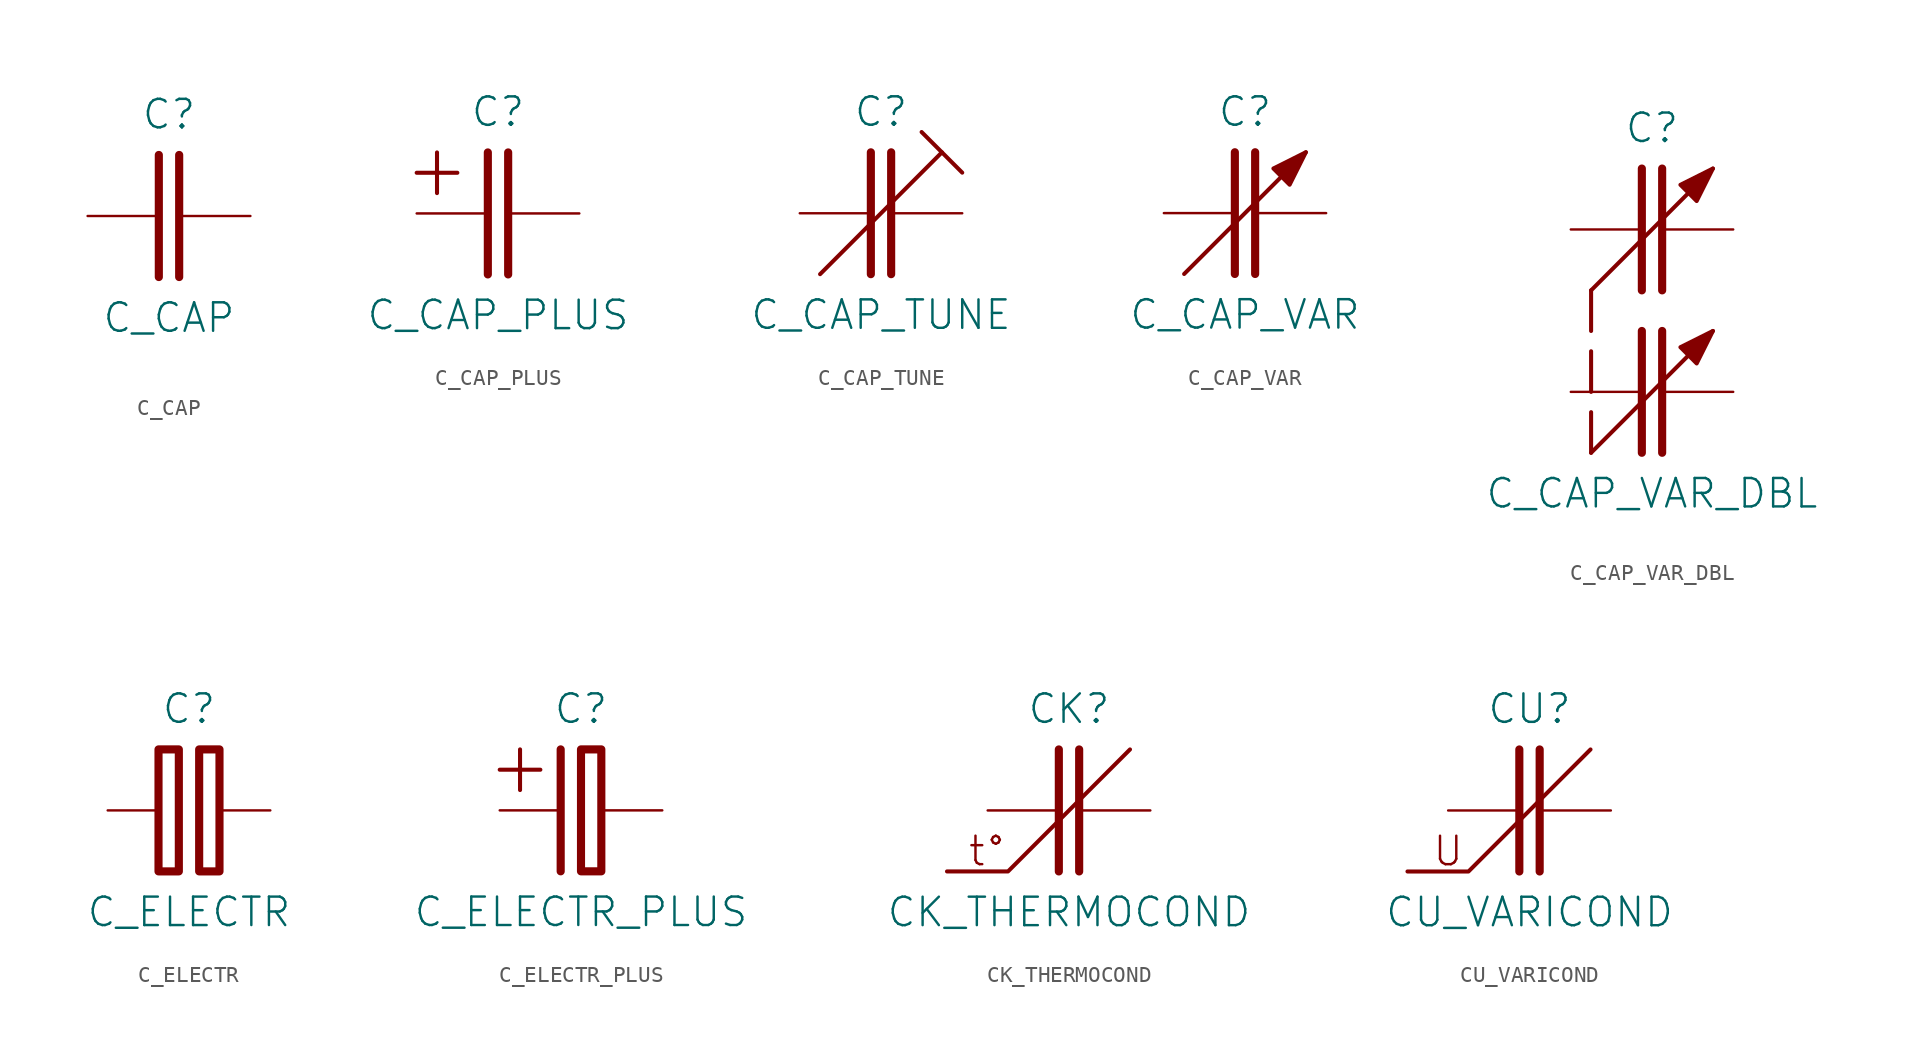
<source format=kicad_sym>
(kicad_symbol_lib
  (version 20211014)
  (generator kicad_symbol_editor)
  (symbol "C_CAP"
    (pin_names
      (offset 0))
    (property "Reference" "C"
      (at 0 6.35 0)
      (effects (font (size 1.778 1.778))))
    (property "Value" "C_CAP"
      (at 0 -6.35 0)
      (effects (font (size 1.778 1.778))))
    (property "Assembly" ""
      (at 0 -8.89 0)
      (effects (font (size 1.778 1.778))))
    (symbol "C_CAP_0_1"
      (polyline (pts (xy -5.08 0) (xy -0.635 0)) (stroke (width 0) (type default) (color 0 0 0 0)) (fill (type none)))
      (polyline (pts (xy -0.635 3.81) (xy -0.635 -3.81)) (stroke (width 0.508) (type default) (color 0 0 0 0)) (fill (type none)))
      (polyline (pts (xy 0.635 0) (xy 5.08 0)) (stroke (width 0) (type default) (color 0 0 0 0)) (fill (type none)))
      (polyline (pts (xy 0.635 3.81) (xy 0.635 -3.81)) (stroke (width 0.508) (type default) (color 0 0 0 0)) (fill (type none))))
    (symbol "C_CAP_1_1"
      (pin passive line (at -5.08 0 0) (length 2.54) hide (name "~" (effects (font (size 1.27 1.27)))) (number "1" (effects (font (size 1.27 1.27)))))
      (pin passive line (at 5.08 0 180) (length 2.54) hide (name "~" (effects (font (size 1.27 1.27)))) (number "2" (effects (font (size 1.27 1.27)))))))
  (symbol "C_CAP_PLUS"
    (pin_names
      (offset 0))
    (property "Reference" "C"
      (at 0 6.35 0)
      (effects (font (size 1.778 1.778))))
    (property "Value" "C_CAP_PLUS"
      (at 0 -6.35 0)
      (effects (font (size 1.778 1.778))))
    (symbol "C_CAP_PLUS_0_1"
      (polyline (pts (xy -5.08 0) (xy -0.635 0)) (stroke (width 0) (type default) (color 0 0 0 0)) (fill (type none)))
      (polyline (pts (xy -5.08 2.54) (xy -2.54 2.54)) (stroke (width 0.254) (type default) (color 0 0 0 0)) (fill (type none)))
      (polyline (pts (xy -3.81 3.81) (xy -3.81 1.27)) (stroke (width 0.254) (type default) (color 0 0 0 0)) (fill (type none)))
      (polyline (pts (xy -0.635 3.81) (xy -0.635 -3.81)) (stroke (width 0.508) (type default) (color 0 0 0 0)) (fill (type none)))
      (polyline (pts (xy 0.635 0) (xy 5.08 0)) (stroke (width 0) (type default) (color 0 0 0 0)) (fill (type none)))
      (polyline (pts (xy 0.635 3.81) (xy 0.635 -3.81)) (stroke (width 0.508) (type default) (color 0 0 0 0)) (fill (type none))))
    (symbol "C_CAP_PLUS_1_1"
      (pin passive line (at -5.08 0 0) (length 2.54) hide (name "+" (effects (font (size 1.27 1.27)))) (number "1" (effects (font (size 1.27 1.27)))))
      (pin passive line (at 5.08 0 180) (length 2.54) hide (name "-" (effects (font (size 1.27 1.27)))) (number "2" (effects (font (size 1.27 1.27)))))))
  (symbol "C_CAP_TUNE"
    (pin_names
      (offset 0))
    (property "Reference" "C"
      (at 0 6.35 0)
      (effects (font (size 1.778 1.778))))
    (property "Value" "C_CAP_TUNE"
      (at 0 -6.35 0)
      (effects (font (size 1.778 1.778))))
    (symbol "C_CAP_TUNE_0_1"
      (polyline (pts (xy -5.08 0) (xy -0.635 0)) (stroke (width 0) (type default) (color 0 0 0 0)) (fill (type none)))
      (polyline (pts (xy -3.81 -3.81) (xy 3.81 3.81)) (stroke (width 0.254) (type default) (color 0 0 0 0)) (fill (type none)))
      (polyline (pts (xy -0.635 3.81) (xy -0.635 -3.81)) (stroke (width 0.508) (type default) (color 0 0 0 0)) (fill (type none)))
      (polyline (pts (xy 0.635 0) (xy 5.08 0)) (stroke (width 0) (type default) (color 0 0 0 0)) (fill (type none)))
      (polyline (pts (xy 0.635 3.81) (xy 0.635 -3.81)) (stroke (width 0.508) (type default) (color 0 0 0 0)) (fill (type none)))
      (polyline (pts (xy 2.54 5.08) (xy 5.08 2.54)) (stroke (width 0.254) (type default) (color 0 0 0 0)) (fill (type none))))
    (symbol "C_CAP_TUNE_1_1"
      (pin passive line (at -5.08 0 0) (length 2.54) hide (name "~" (effects (font (size 1.27 1.27)))) (number "1" (effects (font (size 1.27 1.27)))))
      (pin passive line (at 5.08 0 180) (length 2.54) hide (name "~" (effects (font (size 1.27 1.27)))) (number "2" (effects (font (size 1.27 1.27)))))))
  (symbol "C_CAP_VAR"
    (pin_names
      (offset 0))
    (property "Reference" "C"
      (at 0 6.35 0)
      (effects (font (size 1.778 1.778))))
    (property "Value" "C_CAP_VAR"
      (at 0 -6.35 0)
      (effects (font (size 1.778 1.778))))
    (symbol "C_CAP_VAR_0_1"
      (polyline (pts (xy -5.08 0) (xy -0.635 0)) (stroke (width 0) (type default) (color 0 0 0 0)) (fill (type none)))
      (polyline (pts (xy -3.81 -3.81) (xy 3.81 3.81)) (stroke (width 0.254) (type default) (color 0 0 0 0)) (fill (type none)))
      (polyline (pts (xy -0.635 3.81) (xy -0.635 -3.81)) (stroke (width 0.508) (type default) (color 0 0 0 0)) (fill (type none)))
      (polyline (pts (xy 0.635 0) (xy 5.08 0)) (stroke (width 0) (type default) (color 0 0 0 0)) (fill (type none)))
      (polyline (pts (xy 0.635 3.81) (xy 0.635 -3.81)) (stroke (width 0.508) (type default) (color 0 0 0 0)) (fill (type none)))
      (polyline (pts (xy 3.81 3.81) (xy 2.794 1.778) (xy 1.778 2.794) (xy 3.81 3.81)) (stroke (width 0.254) (type default) (color 0 0 0 0)) (fill (type outline))))
    (symbol "C_CAP_VAR_1_1"
      (pin passive line (at -5.08 0 0) (length 2.54) hide (name "~" (effects (font (size 1.27 1.27)))) (number "1" (effects (font (size 1.27 1.27)))))
      (pin passive line (at 5.08 0 180) (length 2.54) hide (name "~" (effects (font (size 1.27 1.27)))) (number "2" (effects (font (size 1.27 1.27)))))))
  (symbol "C_CAP_VAR_DBL"
    (pin_names
      (offset 0))
    (property "Reference" "C"
      (at 0 11.43 0)
      (effects (font (size 1.778 1.778))))
    (property "Value" "C_CAP_VAR_DBL"
      (at 0 -11.43 0)
      (effects (font (size 1.778 1.778))))
    (symbol "C_CAP_VAR_DBL_0_1"
      (polyline (pts (xy -5.08 -5.08) (xy -0.635 -5.08)) (stroke (width 0) (type default) (color 0 0 0 0)) (fill (type none)))
      (polyline (pts (xy -5.08 5.08) (xy -0.635 5.08)) (stroke (width 0) (type default) (color 0 0 0 0)) (fill (type none)))
      (polyline (pts (xy -3.81 -8.89) (xy 3.81 -1.27)) (stroke (width 0.254) (type default) (color 0 0 0 0)) (fill (type none)))
      (polyline (pts (xy -3.81 -6.35) (xy -3.81 -8.89)) (stroke (width 0.254) (type default) (color 0 0 0 0)) (fill (type none)))
      (polyline (pts (xy -3.81 -2.54) (xy -3.81 -5.08)) (stroke (width 0.254) (type default) (color 0 0 0 0)) (fill (type none)))
      (polyline (pts (xy -3.81 1.27) (xy -3.81 -1.27)) (stroke (width 0.254) (type default) (color 0 0 0 0)) (fill (type none)))
      (polyline (pts (xy -3.81 1.27) (xy 3.81 8.89)) (stroke (width 0.254) (type default) (color 0 0 0 0)) (fill (type none)))
      (polyline (pts (xy -0.635 -1.27) (xy -0.635 -8.89)) (stroke (width 0.508) (type default) (color 0 0 0 0)) (fill (type none)))
      (polyline (pts (xy -0.635 8.89) (xy -0.635 1.27)) (stroke (width 0.508) (type default) (color 0 0 0 0)) (fill (type none)))
      (polyline (pts (xy 0.635 -5.08) (xy 5.08 -5.08)) (stroke (width 0) (type default) (color 0 0 0 0)) (fill (type none)))
      (polyline (pts (xy 0.635 -1.27) (xy 0.635 -8.89)) (stroke (width 0.508) (type default) (color 0 0 0 0)) (fill (type none)))
      (polyline (pts (xy 0.635 5.08) (xy 5.08 5.08)) (stroke (width 0) (type default) (color 0 0 0 0)) (fill (type none)))
      (polyline (pts (xy 0.635 8.89) (xy 0.635 1.27)) (stroke (width 0.508) (type default) (color 0 0 0 0)) (fill (type none)))
      (polyline (pts (xy 3.81 -1.27) (xy 2.794 -3.302) (xy 1.778 -2.286) (xy 3.81 -1.27)) (stroke (width 0.254) (type default) (color 0 0 0 0)) (fill (type outline)))
      (polyline (pts (xy 3.81 8.89) (xy 2.794 6.858) (xy 1.778 7.874) (xy 3.81 8.89)) (stroke (width 0.254) (type default) (color 0 0 0 0)) (fill (type outline))))
    (symbol "C_CAP_VAR_DBL_1_1"
      (pin passive line (at -5.08 5.08 0) (length 2.54) hide (name "~" (effects (font (size 1.27 1.27)))) (number "1" (effects (font (size 1.27 1.27)))))
      (pin passive line (at 5.08 5.08 180) (length 2.54) hide (name "~" (effects (font (size 1.27 1.27)))) (number "2" (effects (font (size 1.27 1.27)))))
      (pin passive line (at -5.08 -5.08 0) (length 2.54) hide (name "~" (effects (font (size 1.27 1.27)))) (number "3" (effects (font (size 1.27 1.27)))))
      (pin passive line (at 5.08 -5.08 180) (length 2.54) hide (name "~" (effects (font (size 1.27 1.27)))) (number "4" (effects (font (size 1.27 1.27)))))))
  (symbol "C_ELECTR"
    (pin_names
      (offset 0))
    (property "Reference" "C"
      (at 0 6.35 0)
      (effects (font (size 1.778 1.778))))
    (property "Value" "C_ELECTR"
      (at 0 -6.35 0)
      (effects (font (size 1.778 1.778))))
    (symbol "C_ELECTR_0_1"
      (rectangle (start -1.905 3.81) (end -0.635 -3.81) (stroke (width 0.508) (type default) (color 0 0 0 0)) (fill (type none)))
      (polyline (pts (xy -5.08 0) (xy -1.905 0)) (stroke (width 0) (type default) (color 0 0 0 0)) (fill (type none)))
      (polyline (pts (xy 1.905 0) (xy 5.08 0)) (stroke (width 0) (type default) (color 0 0 0 0)) (fill (type none)))
      (rectangle (start 0.635 3.81) (end 1.905 -3.81) (stroke (width 0.508) (type default) (color 0 0 0 0)) (fill (type none))))
    (symbol "C_ELECTR_1_1"
      (pin passive line (at -5.08 0 0) (length 2.54) hide (name "~" (effects (font (size 1.27 1.27)))) (number "1" (effects (font (size 1.27 1.27)))))
      (pin passive line (at 5.08 0 180) (length 2.54) hide (name "~" (effects (font (size 1.27 1.27)))) (number "2" (effects (font (size 1.27 1.27)))))))
  (symbol "C_ELECTR_PLUS"
    (pin_names
      (offset 0))
    (property "Reference" "C"
      (at 0 6.35 0)
      (effects (font (size 1.778 1.778))))
    (property "Value" "C_ELECTR_PLUS"
      (at 0 -6.35 0)
      (effects (font (size 1.778 1.778))))
    (symbol "C_ELECTR_PLUS_0_1"
      (polyline (pts (xy -5.08 0) (xy -1.27 0)) (stroke (width 0) (type default) (color 0 0 0 0)) (fill (type none)))
      (polyline (pts (xy -5.08 2.54) (xy -2.54 2.54)) (stroke (width 0.254) (type default) (color 0 0 0 0)) (fill (type none)))
      (polyline (pts (xy -3.81 3.81) (xy -3.81 1.27)) (stroke (width 0.254) (type default) (color 0 0 0 0)) (fill (type none)))
      (polyline (pts (xy -1.27 3.81) (xy -1.27 -3.81)) (stroke (width 0.508) (type default) (color 0 0 0 0)) (fill (type none)))
      (polyline (pts (xy 1.27 0) (xy 5.08 0)) (stroke (width 0) (type default) (color 0 0 0 0)) (fill (type none)))
      (rectangle (start 0 3.81) (end 1.27 -3.81) (stroke (width 0.508) (type default) (color 0 0 0 0)) (fill (type none))))
    (symbol "C_ELECTR_PLUS_1_1"
      (pin passive line (at -5.08 0 0) (length 2.54) hide (name "+" (effects (font (size 1.27 1.27)))) (number "1" (effects (font (size 1.27 1.27)))))
      (pin passive line (at 5.08 0 180) (length 2.54) hide (name "-" (effects (font (size 1.27 1.27)))) (number "2" (effects (font (size 1.27 1.27)))))))
  (symbol "CK_THERMOCOND"
    (pin_names
      (offset 0))
    (property "Reference" "CK"
      (at 0 6.35 0)
      (effects (font (size 1.778 1.778))))
    (property "Value" "CK_THERMOCOND"
      (at 0 -6.35 0)
      (effects (font (size 1.778 1.778))))
    (symbol "CK_THERMOCOND_0_0"
      (text "t°" (at -5.08 -2.54 0) (effects (font (size 1.778 1.778)))))
    (symbol "CK_THERMOCOND_0_1"
      (polyline (pts (xy -5.08 0) (xy -0.635 0)) (stroke (width 0) (type default) (color 0 0 0 0)) (fill (type none)))
      (polyline (pts (xy -0.635 3.81) (xy -0.635 -3.81)) (stroke (width 0.508) (type default) (color 0 0 0 0)) (fill (type none)))
      (polyline (pts (xy 0.635 0) (xy 5.08 0)) (stroke (width 0) (type default) (color 0 0 0 0)) (fill (type none)))
      (polyline (pts (xy 0.635 3.81) (xy 0.635 -3.81)) (stroke (width 0.508) (type default) (color 0 0 0 0)) (fill (type none)))
      (polyline (pts (xy -7.62 -3.81) (xy -3.81 -3.81) (xy 3.81 3.81)) (stroke (width 0.254) (type default) (color 0 0 0 0)) (fill (type none))))
    (symbol "CK_THERMOCOND_1_1"
      (pin passive line (at -5.08 0 0) (length 2.54) hide (name "~" (effects (font (size 1.27 1.27)))) (number "1" (effects (font (size 1.27 1.27)))))
      (pin passive line (at 5.08 0 180) (length 2.54) hide (name "~" (effects (font (size 1.27 1.27)))) (number "2" (effects (font (size 1.27 1.27)))))))
  (symbol "CU_VARICOND"
    (pin_names
      (offset 0))
    (property "Reference" "CU"
      (at 0 6.35 0)
      (effects (font (size 1.778 1.778))))
    (property "Value" "CU_VARICOND"
      (at 0 -6.35 0)
      (effects (font (size 1.778 1.778))))
    (symbol "CU_VARICOND_0_0"
      (text "U" (at -5.08 -2.54 0) (effects (font (size 1.778 1.778)))))
    (symbol "CU_VARICOND_0_1"
      (polyline (pts (xy -5.08 0) (xy -0.635 0)) (stroke (width 0) (type default) (color 0 0 0 0)) (fill (type none)))
      (polyline (pts (xy -0.635 3.81) (xy -0.635 -3.81)) (stroke (width 0.508) (type default) (color 0 0 0 0)) (fill (type none)))
      (polyline (pts (xy 0.635 0) (xy 5.08 0)) (stroke (width 0) (type default) (color 0 0 0 0)) (fill (type none)))
      (polyline (pts (xy 0.635 3.81) (xy 0.635 -3.81)) (stroke (width 0.508) (type default) (color 0 0 0 0)) (fill (type none)))
      (polyline (pts (xy -7.62 -3.81) (xy -3.81 -3.81) (xy 3.81 3.81)) (stroke (width 0.254) (type default) (color 0 0 0 0)) (fill (type none))))
    (symbol "CU_VARICOND_1_1"
      (pin passive line (at -5.08 0 0) (length 2.54) hide (name "~" (effects (font (size 1.27 1.27)))) (number "1" (effects (font (size 1.27 1.27)))))
      (pin passive line (at 5.08 0 180) (length 2.54) hide (name "~" (effects (font (size 1.27 1.27)))) (number "2" (effects (font (size 1.27 1.27))))))))
</source>
